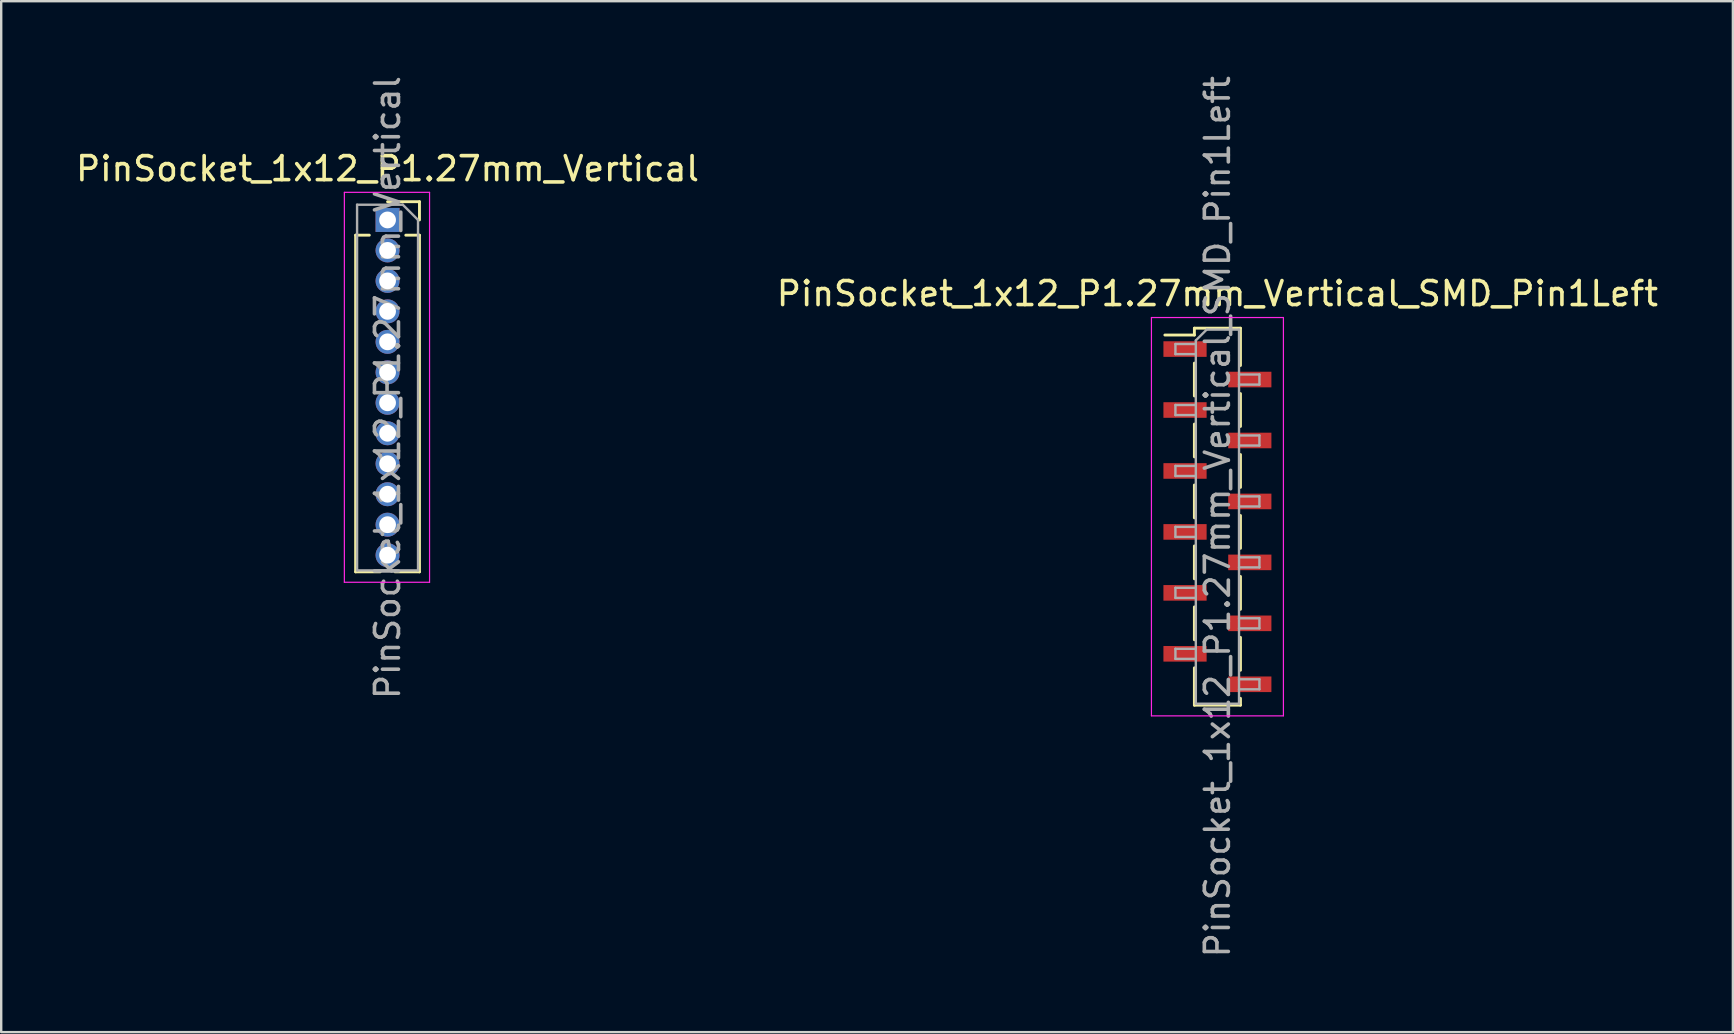
<source format=kicad_pcb>
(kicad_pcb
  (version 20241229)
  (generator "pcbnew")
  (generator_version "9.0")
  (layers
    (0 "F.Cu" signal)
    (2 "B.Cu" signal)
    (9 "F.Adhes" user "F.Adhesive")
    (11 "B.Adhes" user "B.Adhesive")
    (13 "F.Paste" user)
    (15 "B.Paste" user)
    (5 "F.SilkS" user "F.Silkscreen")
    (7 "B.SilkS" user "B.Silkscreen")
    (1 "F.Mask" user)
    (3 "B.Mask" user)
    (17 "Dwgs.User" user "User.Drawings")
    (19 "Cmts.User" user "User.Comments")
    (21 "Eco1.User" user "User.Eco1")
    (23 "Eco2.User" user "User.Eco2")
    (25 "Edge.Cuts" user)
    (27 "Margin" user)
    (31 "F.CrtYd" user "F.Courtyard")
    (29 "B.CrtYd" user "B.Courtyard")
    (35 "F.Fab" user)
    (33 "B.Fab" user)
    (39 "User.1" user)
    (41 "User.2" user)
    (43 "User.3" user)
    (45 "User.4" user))
  (footprint "PinSocket_1x12_P1.27mm_Vertical_SMD_Pin1Left"
    (layer "F.Cu")
    (at 47.685 18.482)
    (property "Reference" "PinSocket_1x12_P1.27mm_Vertical_SMD_Pin1Left" (at 0 -9.295 0) (layer "F.SilkS") (effects (font (size 1 1) (thickness 0.15))))
    (attr smd)
    (fp_line (start -2.19 -7.57) (end -0.96 -7.57) (stroke (width 0.12) (type solid)) (layer "F.SilkS"))
    (fp_line (start -0.96 -7.855) (end -0.96 -7.57) (stroke (width 0.12) (type solid)) (layer "F.SilkS"))
    (fp_line (start -0.96 -7.855) (end 0.96 -7.855) (stroke (width 0.12) (type solid)) (layer "F.SilkS"))
    (fp_line (start -0.96 -6.4) (end -0.96 -5.03) (stroke (width 0.12) (type solid)) (layer "F.SilkS"))
    (fp_line (start -0.96 -3.86) (end -0.96 -2.49) (stroke (width 0.12) (type solid)) (layer "F.SilkS"))
    (fp_line (start -0.96 -1.32) (end -0.96 0.05) (stroke (width 0.12) (type solid)) (layer "F.SilkS"))
    (fp_line (start -0.96 1.22) (end -0.96 2.59) (stroke (width 0.12) (type solid)) (layer "F.SilkS"))
    (fp_line (start -0.96 3.76) (end -0.96 5.13) (stroke (width 0.12) (type solid)) (layer "F.SilkS"))
    (fp_line (start -0.96 6.3) (end -0.96 7.855) (stroke (width 0.12) (type solid)) (layer "F.SilkS"))
    (fp_line (start -0.96 7.855) (end 0.96 7.855) (stroke (width 0.12) (type solid)) (layer "F.SilkS"))
    (fp_line (start 0.96 -7.855) (end 0.96 -6.3) (stroke (width 0.12) (type solid)) (layer "F.SilkS"))
    (fp_line (start 0.96 -5.13) (end 0.96 -3.76) (stroke (width 0.12) (type solid)) (layer "F.SilkS"))
    (fp_line (start 0.96 -2.59) (end 0.96 -1.22) (stroke (width 0.12) (type solid)) (layer "F.SilkS"))
    (fp_line (start 0.96 -0.05) (end 0.96 1.32) (stroke (width 0.12) (type solid)) (layer "F.SilkS"))
    (fp_line (start 0.96 2.49) (end 0.96 3.86) (stroke (width 0.12) (type solid)) (layer "F.SilkS"))
    (fp_line (start 0.96 5.03) (end 0.96 6.4) (stroke (width 0.12) (type solid)) (layer "F.SilkS"))
    (fp_line (start 0.96 7.57) (end 0.96 7.855) (stroke (width 0.12) (type solid)) (layer "F.SilkS"))
    (fp_line (start -2.75 -8.3) (end 2.75 -8.3) (stroke (width 0.05) (type solid)) (layer "F.CrtYd"))
    (fp_line (start -2.75 8.3) (end -2.75 -8.3) (stroke (width 0.05) (type solid)) (layer "F.CrtYd"))
    (fp_line (start 2.75 -8.3) (end 2.75 8.3) (stroke (width 0.05) (type solid)) (layer "F.CrtYd"))
    (fp_line (start 2.75 8.3) (end -2.75 8.3) (stroke (width 0.05) (type solid)) (layer "F.CrtYd"))
    (fp_line (start -1.75 -7.195) (end -0.9 -7.195) (stroke (width 0.1) (type solid)) (layer "F.Fab"))
    (fp_line (start -1.75 -6.775) (end -1.75 -7.195) (stroke (width 0.1) (type solid)) (layer "F.Fab"))
    (fp_line (start -1.75 -4.655) (end -0.9 -4.655) (stroke (width 0.1) (type solid)) (layer "F.Fab"))
    (fp_line (start -1.75 -4.235) (end -1.75 -4.655) (stroke (width 0.1) (type solid)) (layer "F.Fab"))
    (fp_line (start -1.75 -2.115) (end -0.9 -2.115) (stroke (width 0.1) (type solid)) (layer "F.Fab"))
    (fp_line (start -1.75 -1.695) (end -1.75 -2.115) (stroke (width 0.1) (type solid)) (layer "F.Fab"))
    (fp_line (start -1.75 0.425) (end -0.9 0.425) (stroke (width 0.1) (type solid)) (layer "F.Fab"))
    (fp_line (start -1.75 0.845) (end -1.75 0.425) (stroke (width 0.1) (type solid)) (layer "F.Fab"))
    (fp_line (start -1.75 2.965) (end -0.9 2.965) (stroke (width 0.1) (type solid)) (layer "F.Fab"))
    (fp_line (start -1.75 3.385) (end -1.75 2.965) (stroke (width 0.1) (type solid)) (layer "F.Fab"))
    (fp_line (start -1.75 5.505) (end -0.9 5.505) (stroke (width 0.1) (type solid)) (layer "F.Fab"))
    (fp_line (start -1.75 5.925) (end -1.75 5.505) (stroke (width 0.1) (type solid)) (layer "F.Fab"))
    (fp_line (start -0.9 -7.345) (end -0.45 -7.795) (stroke (width 0.1) (type solid)) (layer "F.Fab"))
    (fp_line (start -0.9 -6.775) (end -1.75 -6.775) (stroke (width 0.1) (type solid)) (layer "F.Fab"))
    (fp_line (start -0.9 -4.235) (end -1.75 -4.235) (stroke (width 0.1) (type solid)) (layer "F.Fab"))
    (fp_line (start -0.9 -1.695) (end -1.75 -1.695) (stroke (width 0.1) (type solid)) (layer "F.Fab"))
    (fp_line (start -0.9 0.845) (end -1.75 0.845) (stroke (width 0.1) (type solid)) (layer "F.Fab"))
    (fp_line (start -0.9 3.385) (end -1.75 3.385) (stroke (width 0.1) (type solid)) (layer "F.Fab"))
    (fp_line (start -0.9 5.925) (end -1.75 5.925) (stroke (width 0.1) (type solid)) (layer "F.Fab"))
    (fp_line (start -0.9 7.795) (end -0.9 -7.345) (stroke (width 0.1) (type solid)) (layer "F.Fab"))
    (fp_line (start -0.45 -7.795) (end 0.9 -7.795) (stroke (width 0.1) (type solid)) (layer "F.Fab"))
    (fp_line (start 0.9 -7.795) (end 0.9 7.795) (stroke (width 0.1) (type solid)) (layer "F.Fab"))
    (fp_line (start 0.9 -5.925) (end 1.75 -5.925) (stroke (width 0.1) (type solid)) (layer "F.Fab"))
    (fp_line (start 0.9 -3.385) (end 1.75 -3.385) (stroke (width 0.1) (type solid)) (layer "F.Fab"))
    (fp_line (start 0.9 -0.845) (end 1.75 -0.845) (stroke (width 0.1) (type solid)) (layer "F.Fab"))
    (fp_line (start 0.9 1.695) (end 1.75 1.695) (stroke (width 0.1) (type solid)) (layer "F.Fab"))
    (fp_line (start 0.9 4.235) (end 1.75 4.235) (stroke (width 0.1) (type solid)) (layer "F.Fab"))
    (fp_line (start 0.9 6.775) (end 1.75 6.775) (stroke (width 0.1) (type solid)) (layer "F.Fab"))
    (fp_line (start 0.9 7.795) (end -0.9 7.795) (stroke (width 0.1) (type solid)) (layer "F.Fab"))
    (fp_line (start 1.75 -5.925) (end 1.75 -5.505) (stroke (width 0.1) (type solid)) (layer "F.Fab"))
    (fp_line (start 1.75 -5.505) (end 0.9 -5.505) (stroke (width 0.1) (type solid)) (layer "F.Fab"))
    (fp_line (start 1.75 -3.385) (end 1.75 -2.965) (stroke (width 0.1) (type solid)) (layer "F.Fab"))
    (fp_line (start 1.75 -2.965) (end 0.9 -2.965) (stroke (width 0.1) (type solid)) (layer "F.Fab"))
    (fp_line (start 1.75 -0.845) (end 1.75 -0.425) (stroke (width 0.1) (type solid)) (layer "F.Fab"))
    (fp_line (start 1.75 -0.425) (end 0.9 -0.425) (stroke (width 0.1) (type solid)) (layer "F.Fab"))
    (fp_line (start 1.75 1.695) (end 1.75 2.115) (stroke (width 0.1) (type solid)) (layer "F.Fab"))
    (fp_line (start 1.75 2.115) (end 0.9 2.115) (stroke (width 0.1) (type solid)) (layer "F.Fab"))
    (fp_line (start 1.75 4.235) (end 1.75 4.655) (stroke (width 0.1) (type solid)) (layer "F.Fab"))
    (fp_line (start 1.75 4.655) (end 0.9 4.655) (stroke (width 0.1) (type solid)) (layer "F.Fab"))
    (fp_line (start 1.75 6.775) (end 1.75 7.195) (stroke (width 0.1) (type solid)) (layer "F.Fab"))
    (fp_line (start 1.75 7.195) (end 0.9 7.195) (stroke (width 0.1) (type solid)) (layer "F.Fab"))
    (fp_text user "${REFERENCE}" (at 0 0 90) (layer "F.Fab") (effects (font (size 1 1) (thickness 0.15))))
    (pad "1" smd rect (at -1.35 -6.985) (size 1.8 0.65) (layers "F.Cu" "F.Mask" "F.Paste"))
    (pad "2" smd rect (at 1.35 -5.715) (size 1.8 0.65) (layers "F.Cu" "F.Mask" "F.Paste"))
    (pad "3" smd rect (at -1.35 -4.445) (size 1.8 0.65) (layers "F.Cu" "F.Mask" "F.Paste"))
    (pad "4" smd rect (at 1.35 -3.175) (size 1.8 0.65) (layers "F.Cu" "F.Mask" "F.Paste"))
    (pad "5" smd rect (at -1.35 -1.905) (size 1.8 0.65) (layers "F.Cu" "F.Mask" "F.Paste"))
    (pad "6" smd rect (at 1.35 -0.635) (size 1.8 0.65) (layers "F.Cu" "F.Mask" "F.Paste"))
    (pad "7" smd rect (at -1.35 0.635) (size 1.8 0.65) (layers "F.Cu" "F.Mask" "F.Paste"))
    (pad "8" smd rect (at 1.35 1.905) (size 1.8 0.65) (layers "F.Cu" "F.Mask" "F.Paste"))
    (pad "9" smd rect (at -1.35 3.175) (size 1.8 0.65) (layers "F.Cu" "F.Mask" "F.Paste"))
    (pad "10" smd rect (at 1.35 4.445) (size 1.8 0.65) (layers "F.Cu" "F.Mask" "F.Paste"))
    (pad "11" smd rect (at -1.35 5.715) (size 1.8 0.65) (layers "F.Cu" "F.Mask" "F.Paste"))
    (pad "12" smd rect (at 1.35 6.985) (size 1.8 0.65) (layers "F.Cu" "F.Mask" "F.Paste")))
  (footprint "PinSocket_1x12_P1.27mm_Vertical"
    (layer "F.Cu")
    (at 13.101 6.116)
    (property "Reference" "PinSocket_1x12_P1.27mm_Vertical" (at 0 -2.135 0) (layer "F.SilkS") (effects (font (size 1 1) (thickness 0.15))))
    (attr through_hole)
    (fp_line (start -1.33 0.635) (end -1.33 14.665) (stroke (width 0.12) (type solid)) (layer "F.SilkS"))
    (fp_line (start -1.33 0.635) (end -0.76 0.635) (stroke (width 0.12) (type solid)) (layer "F.SilkS"))
    (fp_line (start -1.33 14.665) (end -0.308 14.665) (stroke (width 0.12) (type solid)) (layer "F.SilkS"))
    (fp_line (start 0 -0.76) (end 1.33 -0.76) (stroke (width 0.12) (type solid)) (layer "F.SilkS"))
    (fp_line (start 0.308 14.665) (end 1.33 14.665) (stroke (width 0.12) (type solid)) (layer "F.SilkS"))
    (fp_line (start 0.76 0.635) (end 1.33 0.635) (stroke (width 0.12) (type solid)) (layer "F.SilkS"))
    (fp_line (start 1.33 -0.76) (end 1.33 0) (stroke (width 0.12) (type solid)) (layer "F.SilkS"))
    (fp_line (start 1.33 0.635) (end 1.33 14.665) (stroke (width 0.12) (type solid)) (layer "F.SilkS"))
    (fp_line (start -1.8 -1.15) (end 1.75 -1.15) (stroke (width 0.05) (type solid)) (layer "F.CrtYd"))
    (fp_line (start -1.8 15.1) (end -1.8 -1.15) (stroke (width 0.05) (type solid)) (layer "F.CrtYd"))
    (fp_line (start 1.75 -1.15) (end 1.75 15.1) (stroke (width 0.05) (type solid)) (layer "F.CrtYd"))
    (fp_line (start 1.75 15.1) (end -1.8 15.1) (stroke (width 0.05) (type solid)) (layer "F.CrtYd"))
    (fp_line (start -1.27 -0.635) (end 0.635 -0.635) (stroke (width 0.1) (type solid)) (layer "F.Fab"))
    (fp_line (start -1.27 14.605) (end -1.27 -0.635) (stroke (width 0.1) (type solid)) (layer "F.Fab"))
    (fp_line (start 0.635 -0.635) (end 1.27 0) (stroke (width 0.1) (type solid)) (layer "F.Fab"))
    (fp_line (start 1.27 0) (end 1.27 14.605) (stroke (width 0.1) (type solid)) (layer "F.Fab"))
    (fp_line (start 1.27 14.605) (end -1.27 14.605) (stroke (width 0.1) (type solid)) (layer "F.Fab"))
    (fp_text user "${REFERENCE}" (at 0 6.985 90) (layer "F.Fab") (effects (font (size 1 1) (thickness 0.15))))
    (pad "1" thru_hole rect (at 0 0) (size 1 1) (drill 0.7) (layers "*.Cu" "*.Mask"))
    (pad "2" thru_hole oval (at 0 1.27) (size 1 1) (drill 0.7) (layers "*.Cu" "*.Mask"))
    (pad "3" thru_hole oval (at 0 2.54) (size 1 1) (drill 0.7) (layers "*.Cu" "*.Mask"))
    (pad "4" thru_hole oval (at 0 3.81) (size 1 1) (drill 0.7) (layers "*.Cu" "*.Mask"))
    (pad "5" thru_hole oval (at 0 5.08) (size 1 1) (drill 0.7) (layers "*.Cu" "*.Mask"))
    (pad "6" thru_hole oval (at 0 6.35) (size 1 1) (drill 0.7) (layers "*.Cu" "*.Mask"))
    (pad "7" thru_hole oval (at 0 7.62) (size 1 1) (drill 0.7) (layers "*.Cu" "*.Mask"))
    (pad "8" thru_hole oval (at 0 8.89) (size 1 1) (drill 0.7) (layers "*.Cu" "*.Mask"))
    (pad "9" thru_hole oval (at 0 10.16) (size 1 1) (drill 0.7) (layers "*.Cu" "*.Mask"))
    (pad "10" thru_hole oval (at 0 11.43) (size 1 1) (drill 0.7) (layers "*.Cu" "*.Mask"))
    (pad "11" thru_hole oval (at 0 12.7) (size 1 1) (drill 0.7) (layers "*.Cu" "*.Mask"))
    (pad "12" thru_hole oval (at 0 13.97) (size 1 1) (drill 0.7) (layers "*.Cu" "*.Mask")))
  (gr_rect
    (start -3 -3)
    (end 69.167 39.964)
    (stroke (width 0.1) (type default))
    (fill no)
    (layer "Edge.Cuts")))
</source>
